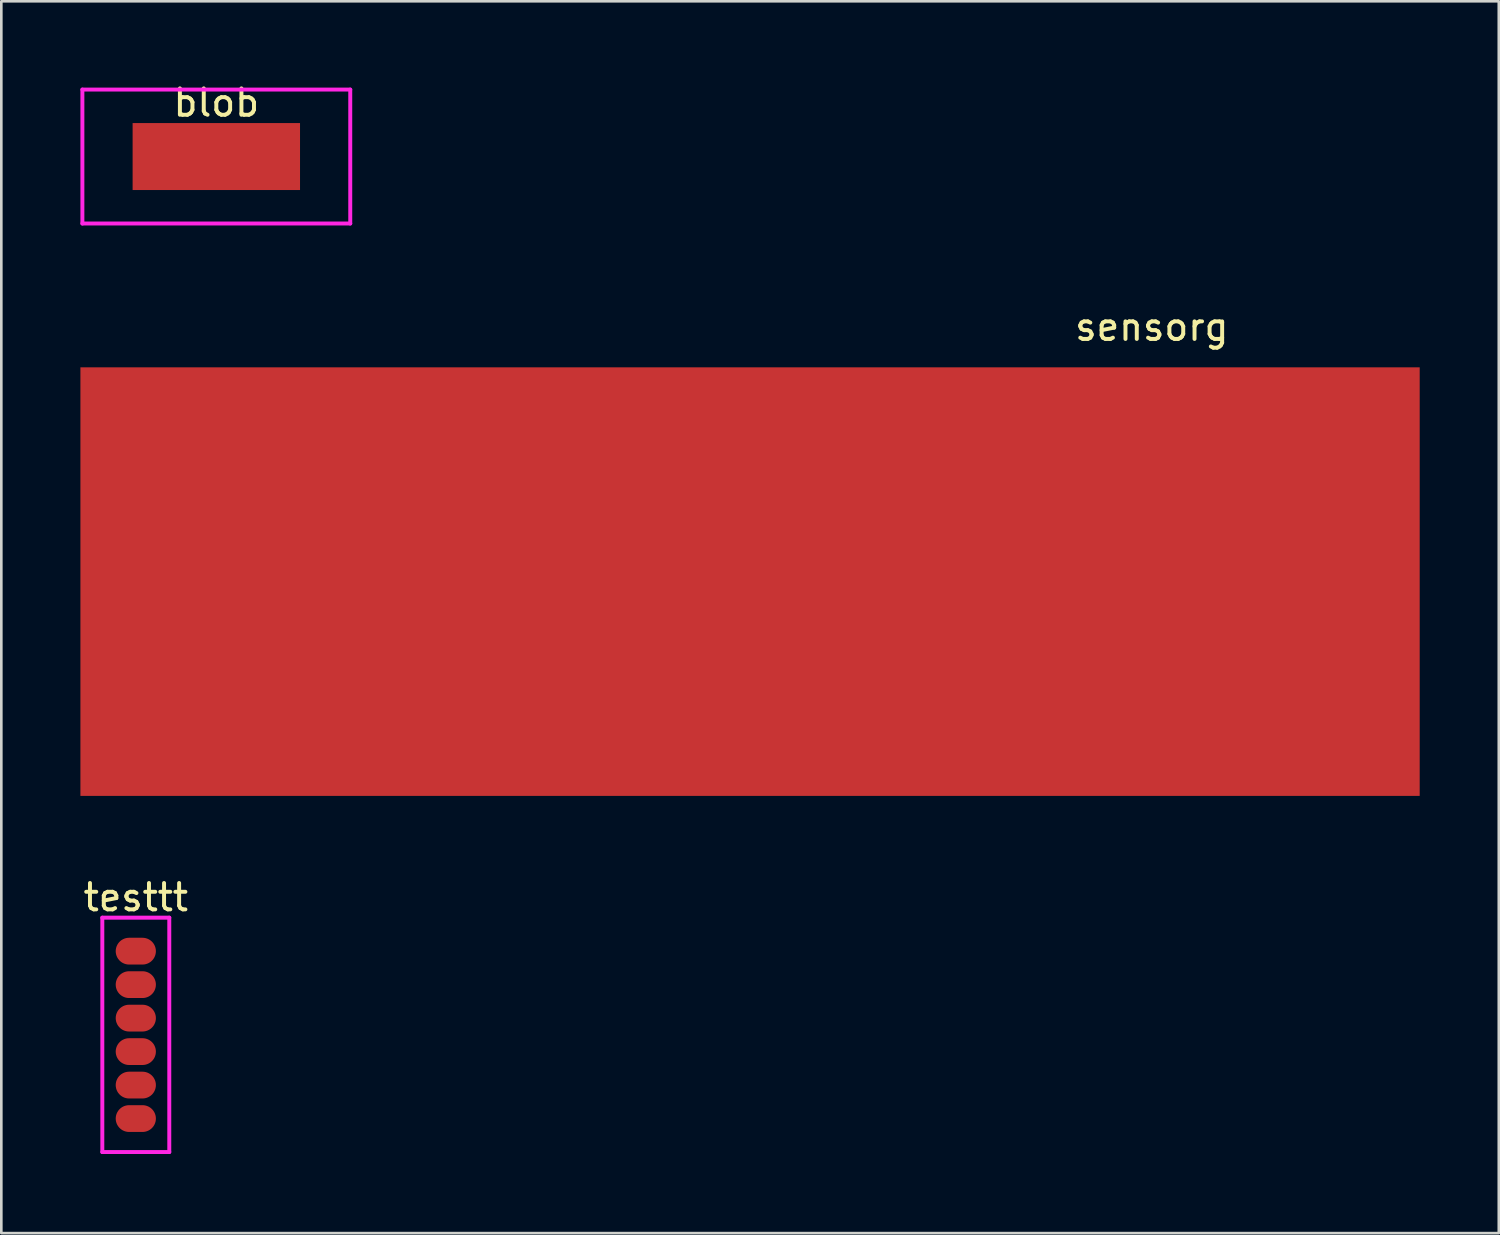
<source format=kicad_pcb>
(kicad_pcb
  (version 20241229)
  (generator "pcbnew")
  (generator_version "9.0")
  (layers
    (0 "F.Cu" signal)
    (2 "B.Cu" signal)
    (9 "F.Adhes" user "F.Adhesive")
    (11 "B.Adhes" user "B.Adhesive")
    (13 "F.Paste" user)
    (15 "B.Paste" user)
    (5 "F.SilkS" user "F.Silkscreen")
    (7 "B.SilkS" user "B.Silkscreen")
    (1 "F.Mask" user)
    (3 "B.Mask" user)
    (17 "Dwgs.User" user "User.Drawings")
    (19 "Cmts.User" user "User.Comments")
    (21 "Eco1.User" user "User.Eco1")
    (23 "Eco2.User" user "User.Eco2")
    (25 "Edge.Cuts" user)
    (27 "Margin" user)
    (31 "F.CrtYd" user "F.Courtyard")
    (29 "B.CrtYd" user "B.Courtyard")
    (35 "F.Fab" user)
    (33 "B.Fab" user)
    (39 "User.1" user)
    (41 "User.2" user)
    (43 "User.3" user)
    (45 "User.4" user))
  (footprint "blob"
    (layer "F.Cu")
    (at 5.155 0.348)
    (property "Reference" "blob" (at 0 0.5 0) (layer "F.SilkS") (effects (font (size 1 1) (thickness 0.15))))
    (attr through_hole)
    (fp_line (start -5.08 0) (end 5.08 0) (stroke (width 0.15) (type solid)) (layer "F.CrtYd"))
    (fp_line (start -5.08 5.08) (end -5.08 0) (stroke (width 0.15) (type solid)) (layer "F.CrtYd"))
    (fp_line (start 5.08 0) (end 5.08 5.08) (stroke (width 0.15) (type solid)) (layer "F.CrtYd"))
    (fp_line (start 5.08 5.08) (end -5.08 5.08) (stroke (width 0.15) (type solid)) (layer "F.CrtYd"))
    (pad "1" connect rect (at 0 2.54) (size 6.35 2.54) (layers "F.Cu" "F.Mask")))
  (footprint "sensorg"
    (layer "F.Cu")
    (at 40.64 8.851)
    (property "Reference" "sensorg" (at 0 0.5 0) (layer "F.SilkS") (effects (font (size 1 1) (thickness 0.15))))
    (attr through_hole)
    (pad "1" connect rect (at -15.24 10.16) (size 50.8 16.256) (layers "F.Cu")))
  (footprint "testtt"
    (layer "F.Cu")
    (at 2.101 30.488)
    (property "Reference" "testtt" (at 0 0.5 0) (layer "F.SilkS") (effects (font (size 1 1) (thickness 0.15))))
    (attr through_hole)
    (fp_line (start -1.27 1.27) (end 1.27 1.27) (stroke (width 0.15) (type solid)) (layer "F.CrtYd"))
    (fp_line (start -1.27 10.16) (end -1.27 1.27) (stroke (width 0.15) (type solid)) (layer "F.CrtYd"))
    (fp_line (start 1.27 1.27) (end 1.27 10.16) (stroke (width 0.15) (type solid)) (layer "F.CrtYd"))
    (fp_line (start 1.27 10.16) (end -1.27 10.16) (stroke (width 0.15) (type solid)) (layer "F.CrtYd"))
    (pad "1" connect oval (at 0 2.54) (size 1.524 1.016) (layers "F.Cu" "F.Mask"))
    (pad "2" connect oval (at 0 3.81) (size 1.524 1.016) (layers "F.Cu" "F.Mask"))
    (pad "3" connect oval (at 0 5.08) (size 1.524 1.016) (layers "F.Cu" "F.Mask"))
    (pad "4" smd oval (at 0 6.35) (size 1.524 1.016) (layers "F.Cu" "F.Mask" "F.Paste"))
    (pad "5" smd oval (at 0 7.62) (size 1.524 1.016) (layers "F.Cu" "F.Mask" "F.Paste"))
    (pad "6" smd oval (at 0 8.89) (size 1.524 1.016) (layers "F.Cu" "F.Mask" "F.Paste")))
  (gr_rect
    (start -3 -3)
    (end 53.8 43.723)
    (stroke (width 0.1) (type default))
    (fill no)
    (layer "Edge.Cuts")))
</source>
